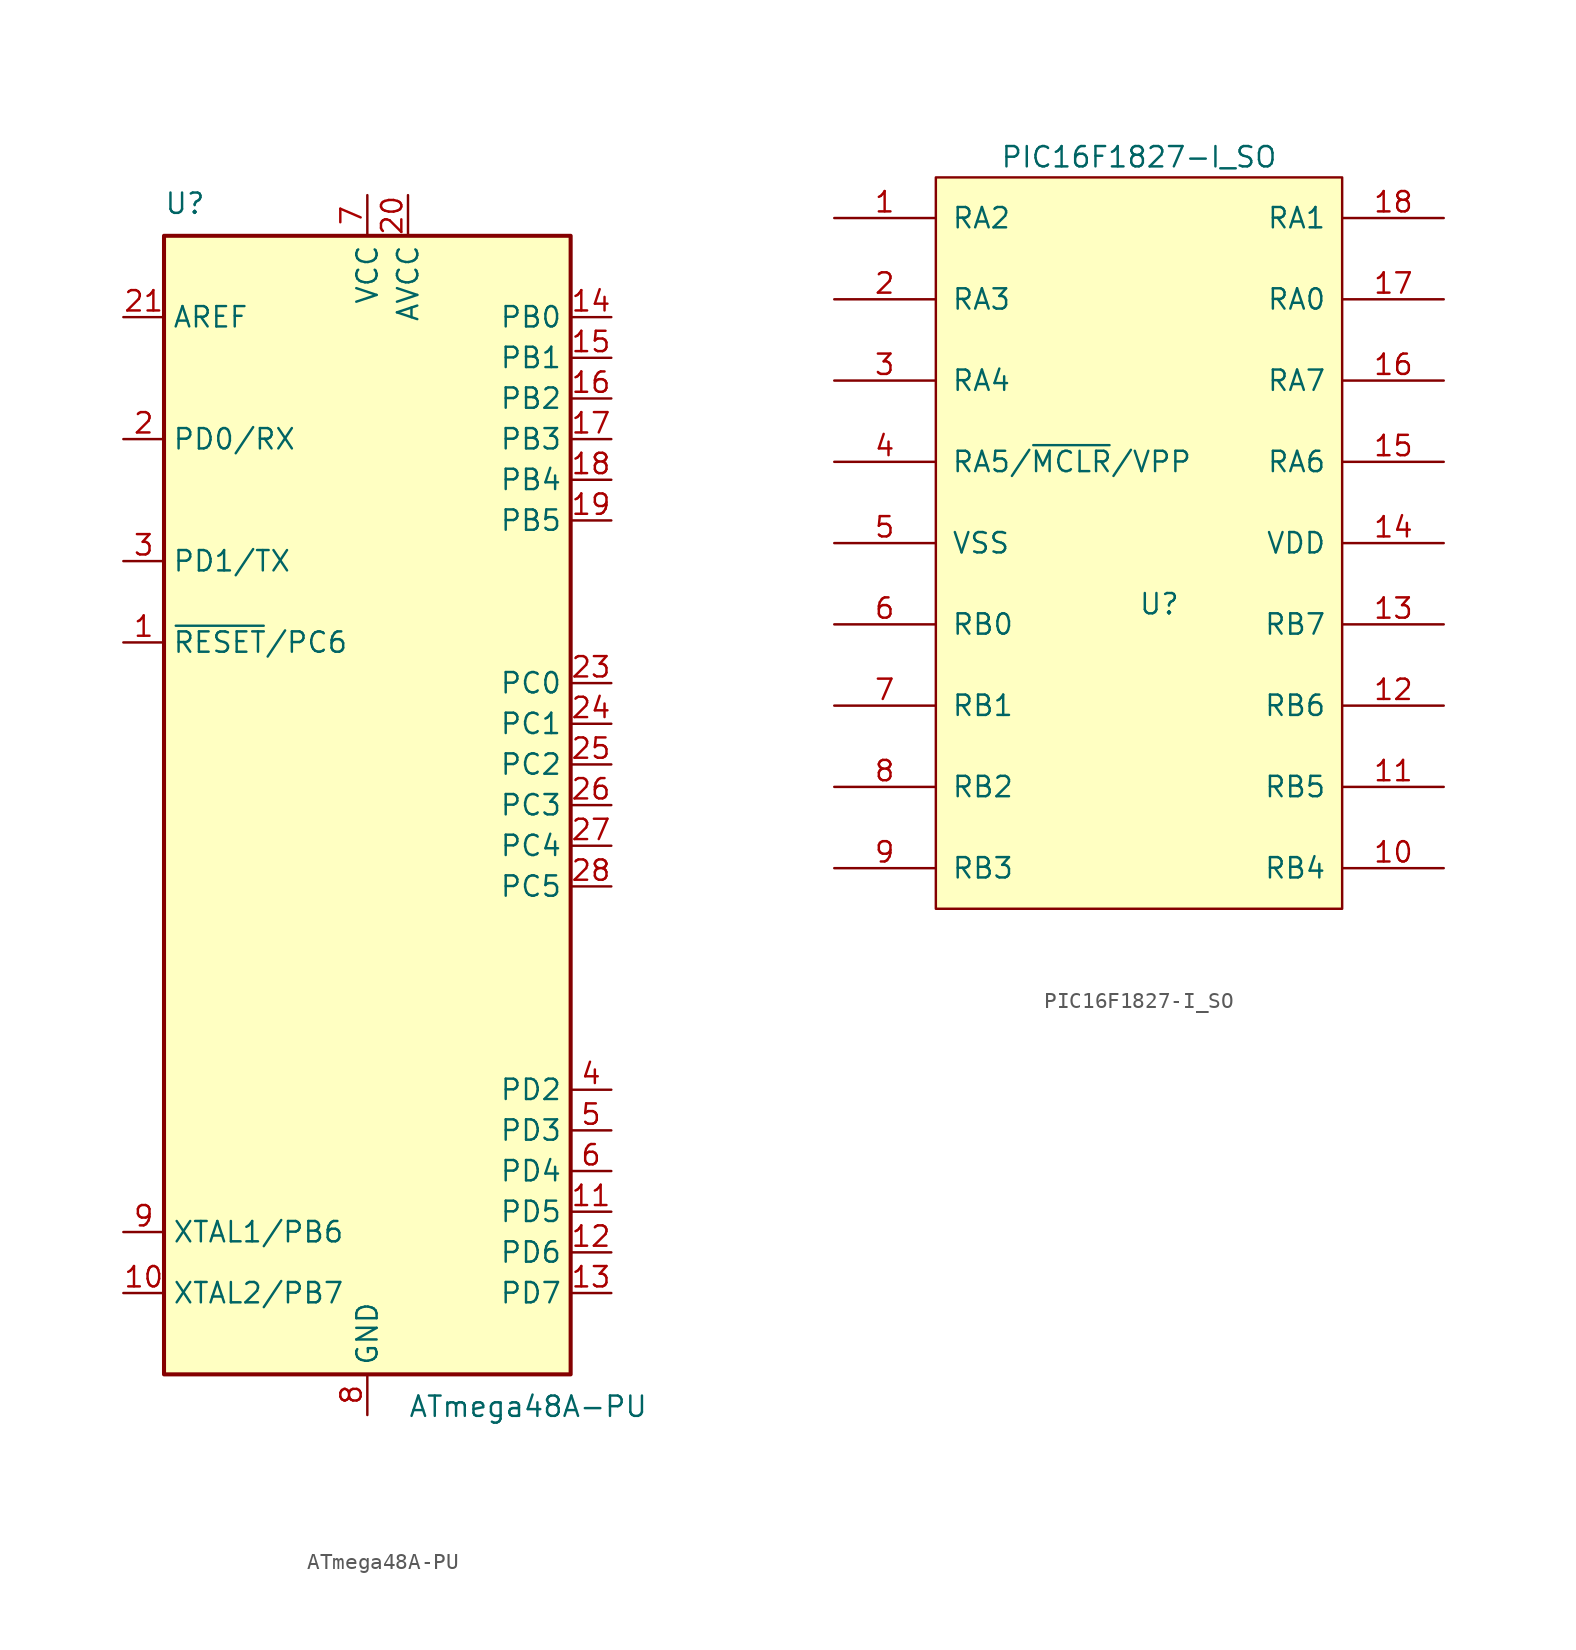
<source format=kicad_sym>
(kicad_symbol_lib
  (version 20211014)
  (generator kicad_symbol_editor)
  (symbol "ATmega48A-PU"
    (property "Reference" "U"
      (at -12.7 36.83 0)
      (effects (font (size 1.27 1.27)) (justify left bottom)))
    (property "Value" "ATmega48A-PU"
      (at 2.54 -36.83 0)
      (effects (font (size 1.27 1.27)) (justify left top)))
    (symbol "ATmega48A-PU_0_1"
      (rectangle (start -12.7 -35.56) (end 12.7 35.56) (stroke (width 0.254) (type default) (color 0 0 0 0)) (fill (type background))))
    (symbol "ATmega48A-PU_1_1"
      (pin tri_state line (at -15.24 10.16 0) (length 2.54) (name "~{RESET}/PC6" (effects (font (size 1.27 1.27)))) (number "1" (effects (font (size 1.27 1.27)))))
      (pin tri_state line (at -15.24 -30.48 0) (length 2.54) (name "XTAL2/PB7" (effects (font (size 1.27 1.27)))) (number "10" (effects (font (size 1.27 1.27)))))
      (pin tri_state line (at 15.24 -25.4 180) (length 2.54) (name "PD5" (effects (font (size 1.27 1.27)))) (number "11" (effects (font (size 1.27 1.27)))))
      (pin tri_state line (at 15.24 -27.94 180) (length 2.54) (name "PD6" (effects (font (size 1.27 1.27)))) (number "12" (effects (font (size 1.27 1.27)))))
      (pin tri_state line (at 15.24 -30.48 180) (length 2.54) (name "PD7" (effects (font (size 1.27 1.27)))) (number "13" (effects (font (size 1.27 1.27)))))
      (pin tri_state line (at 15.24 30.48 180) (length 2.54) (name "PB0" (effects (font (size 1.27 1.27)))) (number "14" (effects (font (size 1.27 1.27)))))
      (pin tri_state line (at 15.24 27.94 180) (length 2.54) (name "PB1" (effects (font (size 1.27 1.27)))) (number "15" (effects (font (size 1.27 1.27)))))
      (pin tri_state line (at 15.24 25.4 180) (length 2.54) (name "PB2" (effects (font (size 1.27 1.27)))) (number "16" (effects (font (size 1.27 1.27)))))
      (pin tri_state line (at 15.24 22.86 180) (length 2.54) (name "PB3" (effects (font (size 1.27 1.27)))) (number "17" (effects (font (size 1.27 1.27)))))
      (pin tri_state line (at 15.24 20.32 180) (length 2.54) (name "PB4" (effects (font (size 1.27 1.27)))) (number "18" (effects (font (size 1.27 1.27)))))
      (pin tri_state line (at 15.24 17.78 180) (length 2.54) (name "PB5" (effects (font (size 1.27 1.27)))) (number "19" (effects (font (size 1.27 1.27)))))
      (pin tri_state line (at -15.24 22.86 0) (length 2.54) (name "PD0/RX" (effects (font (size 1.27 1.27)))) (number "2" (effects (font (size 1.27 1.27)))))
      (pin power_in line (at 2.54 38.1 270) (length 2.54) (name "AVCC" (effects (font (size 1.27 1.27)))) (number "20" (effects (font (size 1.27 1.27)))))
      (pin passive line (at -15.24 30.48 0) (length 2.54) (name "AREF" (effects (font (size 1.27 1.27)))) (number "21" (effects (font (size 1.27 1.27)))))
      (pin passive line (at 0 -38.1 90) (length 2.54) hide (name "GND" (effects (font (size 1.27 1.27)))) (number "22" (effects (font (size 1.27 1.27)))))
      (pin tri_state line (at 15.24 7.62 180) (length 2.54) (name "PC0" (effects (font (size 1.27 1.27)))) (number "23" (effects (font (size 1.27 1.27)))))
      (pin tri_state line (at 15.24 5.08 180) (length 2.54) (name "PC1" (effects (font (size 1.27 1.27)))) (number "24" (effects (font (size 1.27 1.27)))))
      (pin tri_state line (at 15.24 2.54 180) (length 2.54) (name "PC2" (effects (font (size 1.27 1.27)))) (number "25" (effects (font (size 1.27 1.27)))))
      (pin tri_state line (at 15.24 0 180) (length 2.54) (name "PC3" (effects (font (size 1.27 1.27)))) (number "26" (effects (font (size 1.27 1.27)))))
      (pin tri_state line (at 15.24 -2.54 180) (length 2.54) (name "PC4" (effects (font (size 1.27 1.27)))) (number "27" (effects (font (size 1.27 1.27)))))
      (pin tri_state line (at 15.24 -5.08 180) (length 2.54) (name "PC5" (effects (font (size 1.27 1.27)))) (number "28" (effects (font (size 1.27 1.27)))))
      (pin tri_state line (at -15.24 15.24 0) (length 2.54) (name "PD1/TX" (effects (font (size 1.27 1.27)))) (number "3" (effects (font (size 1.27 1.27)))))
      (pin tri_state line (at 15.24 -17.78 180) (length 2.54) (name "PD2" (effects (font (size 1.27 1.27)))) (number "4" (effects (font (size 1.27 1.27)))))
      (pin tri_state line (at 15.24 -20.32 180) (length 2.54) (name "PD3" (effects (font (size 1.27 1.27)))) (number "5" (effects (font (size 1.27 1.27)))))
      (pin tri_state line (at 15.24 -22.86 180) (length 2.54) (name "PD4" (effects (font (size 1.27 1.27)))) (number "6" (effects (font (size 1.27 1.27)))))
      (pin power_in line (at 0 38.1 270) (length 2.54) (name "VCC" (effects (font (size 1.27 1.27)))) (number "7" (effects (font (size 1.27 1.27)))))
      (pin power_in line (at 0 -38.1 90) (length 2.54) (name "GND" (effects (font (size 1.27 1.27)))) (number "8" (effects (font (size 1.27 1.27)))))
      (pin tri_state line (at -15.24 -26.67 0) (length 2.54) (name "XTAL1/PB6" (effects (font (size 1.27 1.27)))) (number "9" (effects (font (size 1.27 1.27)))))))
  (symbol "PIC16F1827-I_SO"
    (pin_names
      (offset 1.016))
    (property "Reference" "U"
      (at 0 -20.32 0)
      (effects (font (size 1.27 1.27))))
    (property "Value" "PIC16F1827-I_SO"
      (at -1.27 7.62 0)
      (effects (font (size 1.27 1.27))))
    (symbol "PIC16F1827-I_SO_0_1"
      (rectangle (start 11.43 6.35) (end -13.97 -39.37) (stroke (width 0) (type default) (color 0 0 0 0)) (fill (type background))))
    (symbol "PIC16F1827-I_SO_1_1"
      (pin bidirectional line (at -20.32 3.81 0) (length 6.299) (name "RA2" (effects (font (size 1.27 1.27)))) (number "1" (effects (font (size 1.27 1.27)))))
      (pin bidirectional line (at 17.78 -36.83 180) (length 6.299) (name "RB4" (effects (font (size 1.27 1.27)))) (number "10" (effects (font (size 1.27 1.27)))))
      (pin bidirectional line (at 17.78 -31.75 180) (length 6.299) (name "RB5" (effects (font (size 1.27 1.27)))) (number "11" (effects (font (size 1.27 1.27)))))
      (pin bidirectional line (at 17.78 -26.67 180) (length 6.299) (name "RB6" (effects (font (size 1.27 1.27)))) (number "12" (effects (font (size 1.27 1.27)))))
      (pin bidirectional line (at 17.78 -21.59 180) (length 6.299) (name "RB7" (effects (font (size 1.27 1.27)))) (number "13" (effects (font (size 1.27 1.27)))))
      (pin passive line (at 17.78 -16.51 180) (length 6.299) (name "VDD" (effects (font (size 1.27 1.27)))) (number "14" (effects (font (size 1.27 1.27)))))
      (pin bidirectional line (at 17.78 -11.43 180) (length 6.299) (name "RA6" (effects (font (size 1.27 1.27)))) (number "15" (effects (font (size 1.27 1.27)))))
      (pin bidirectional line (at 17.78 -6.35 180) (length 6.299) (name "RA7" (effects (font (size 1.27 1.27)))) (number "16" (effects (font (size 1.27 1.27)))))
      (pin bidirectional line (at 17.78 -1.27 180) (length 6.299) (name "RA0" (effects (font (size 1.27 1.27)))) (number "17" (effects (font (size 1.27 1.27)))))
      (pin bidirectional line (at 17.78 3.81 180) (length 6.299) (name "RA1" (effects (font (size 1.27 1.27)))) (number "18" (effects (font (size 1.27 1.27)))))
      (pin bidirectional line (at -20.32 -1.27 0) (length 6.299) (name "RA3" (effects (font (size 1.27 1.27)))) (number "2" (effects (font (size 1.27 1.27)))))
      (pin bidirectional line (at -20.32 -6.35 0) (length 6.299) (name "RA4" (effects (font (size 1.27 1.27)))) (number "3" (effects (font (size 1.27 1.27)))))
      (pin input line (at -20.32 -11.43 0) (length 6.299) (name "RA5/~{MCLR}/VPP" (effects (font (size 1.27 1.27)))) (number "4" (effects (font (size 1.27 1.27)))))
      (pin passive line (at -20.32 -16.51 0) (length 6.299) (name "VSS" (effects (font (size 1.27 1.27)))) (number "5" (effects (font (size 1.27 1.27)))))
      (pin bidirectional line (at -20.32 -21.59 0) (length 6.299) (name "RB0" (effects (font (size 1.27 1.27)))) (number "6" (effects (font (size 1.27 1.27)))))
      (pin bidirectional line (at -20.32 -26.67 0) (length 6.299) (name "RB1" (effects (font (size 1.27 1.27)))) (number "7" (effects (font (size 1.27 1.27)))))
      (pin bidirectional line (at -20.32 -31.75 0) (length 6.299) (name "RB2" (effects (font (size 1.27 1.27)))) (number "8" (effects (font (size 1.27 1.27)))))
      (pin bidirectional line (at -20.32 -36.83 0) (length 6.299) (name "RB3" (effects (font (size 1.27 1.27)))) (number "9" (effects (font (size 1.27 1.27))))))))
</source>
